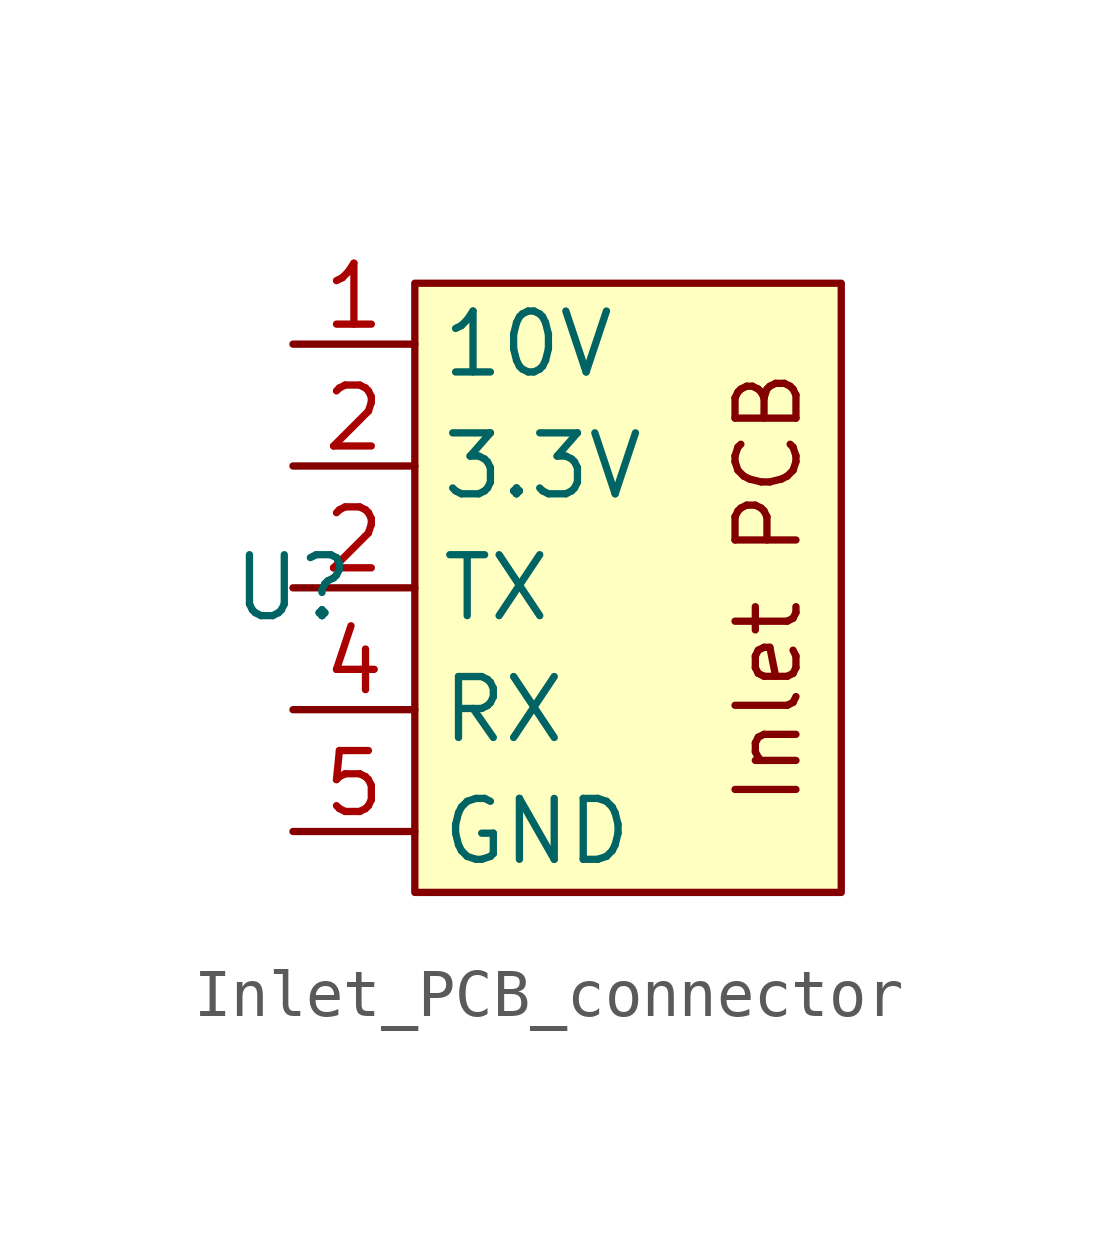
<source format=kicad_sym>
(kicad_symbol_lib
  (version 20231120)
  (generator "kicad_symbol_editor")
  (generator_version "8.0")
  (symbol "Inlet_PCB_connector"
    (property "Reference" "U"
      (at 0 0 0)
      (effects (font (size 1.27 1.27))))
    (property "Value" ""
      (at 0 0 0)
      (effects (font (size 1.27 1.27))))
    (symbol "Inlet_PCB_connector_0_1"
      (rectangle (start 2.54 6.35) (end 11.43 -6.35) (stroke (width 0) (type default)) (fill (type background))))
    (symbol "Inlet_PCB_connector_1_1"
      (text "Inlet PCB\n" (at 9.906 0 900) (effects (font (size 1.27 1.27))))
      (pin power_in line (at 0 5.08 0) (length 2.54) (name "10V" (effects (font (size 1.27 1.27)))) (number "1" (effects (font (size 1.27 1.27)))))
      (pin power_in line (at 0 2.54 0) (length 2.54) (name "3.3V" (effects (font (size 1.27 1.27)))) (number "2" (effects (font (size 1.27 1.27)))))
      (pin output line (at 0 0 0) (length 2.54) (name "TX" (effects (font (size 1.27 1.27)))) (number "2" (effects (font (size 1.27 1.27)))))
      (pin input line (at 0 -2.54 0) (length 2.54) (name "RX" (effects (font (size 1.27 1.27)))) (number "4" (effects (font (size 1.27 1.27)))))
      (pin power_in line (at 0 -5.08 0) (length 2.54) (name "GND" (effects (font (size 1.27 1.27)))) (number "5" (effects (font (size 1.27 1.27))))))))
</source>
